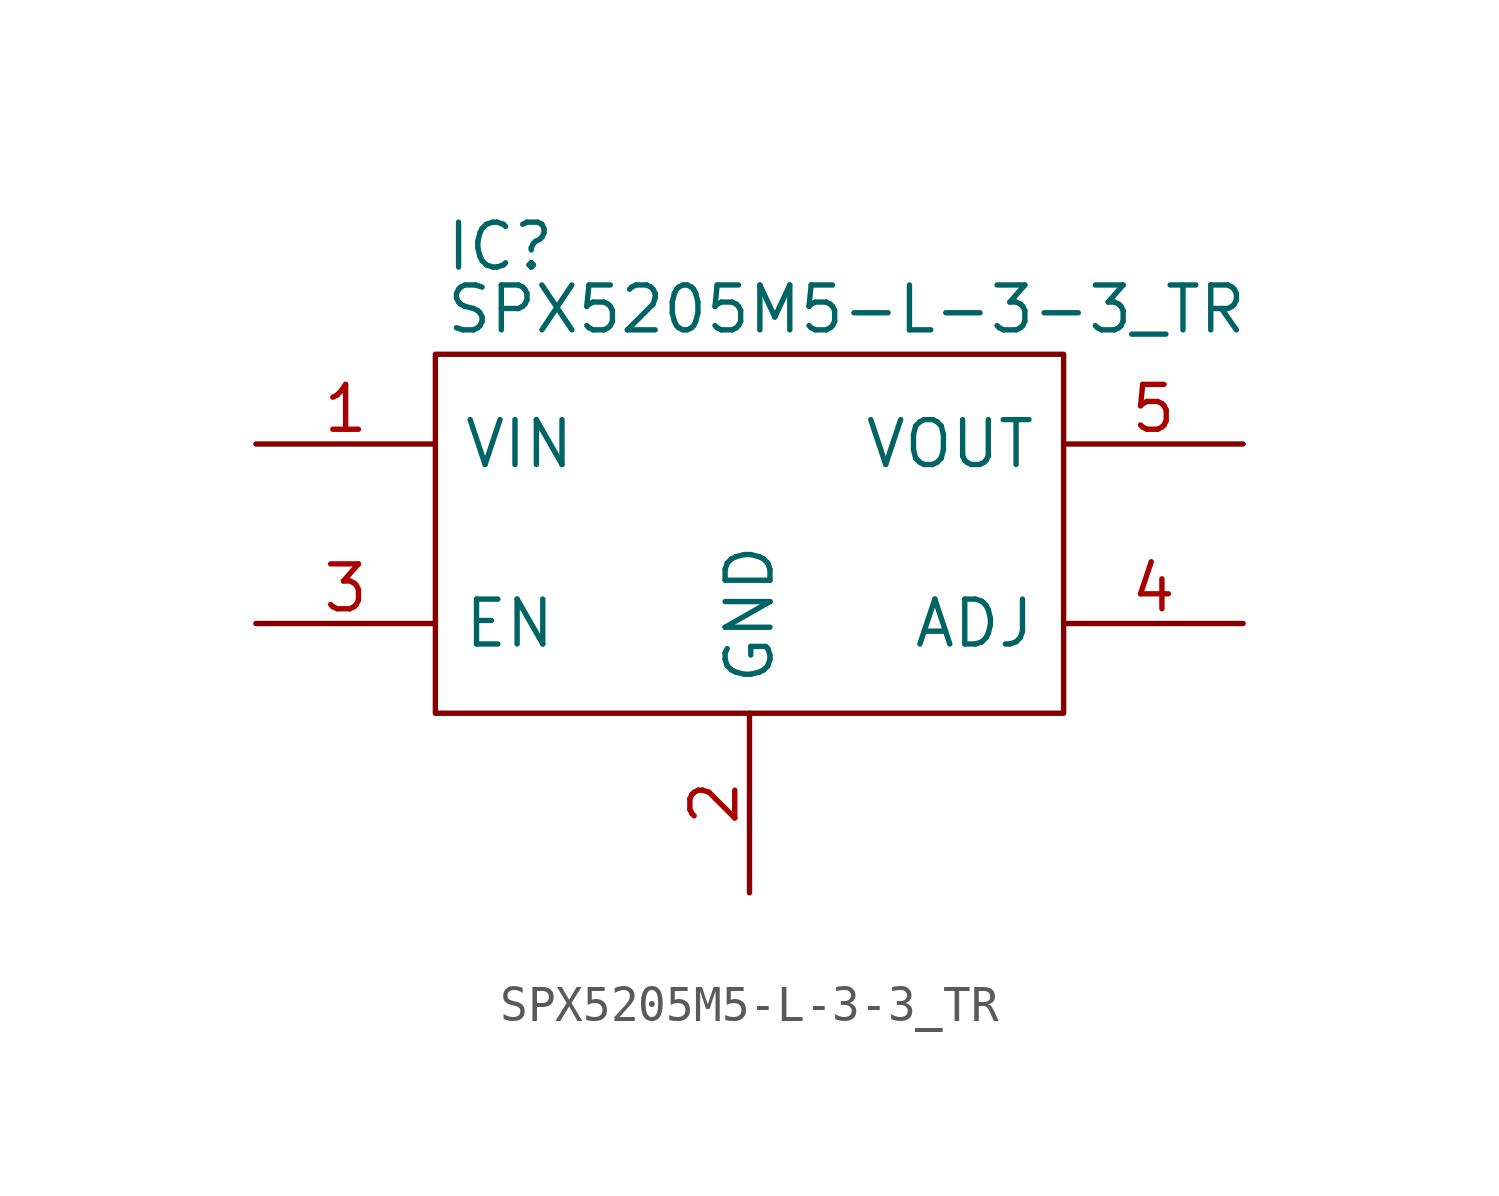
<source format=kicad_sym>
(kicad_symbol_lib
  (version 20231120)
  (generator "kicad_symbol_editor")
  (generator_version "8.0")
  (symbol "SPX5205M5-L-3-3_TR"
    (pin_names
      (offset 0.762))
    (property "Reference" "IC"
      (at 5.334 5.588 0)
      (effects (font (size 1.27 1.27)) (justify left)))
    (property "Value" "SPX5205M5-L-3-3_TR"
      (at 5.334 3.81 0)
      (effects (font (size 1.27 1.27)) (justify left)))
    (symbol "SPX5205M5-L-3-3_TR_0_0"
      (pin passive line (at 0 0 0) (length 5.08) (name "VIN" (effects (font (size 1.27 1.27)))) (number "1" (effects (font (size 1.27 1.27)))))
      (pin passive line (at 0 -5.08 0) (length 5.08) (name "EN" (effects (font (size 1.27 1.27)))) (number "3" (effects (font (size 1.27 1.27)))))
      (pin passive line (at 27.94 -5.08 180) (length 5.08) (name "ADJ" (effects (font (size 1.27 1.27)))) (number "4" (effects (font (size 1.27 1.27)))))
      (pin passive line (at 27.94 0 180) (length 5.08) (name "VOUT" (effects (font (size 1.27 1.27)))) (number "5" (effects (font (size 1.27 1.27))))))
    (symbol "SPX5205M5-L-3-3_TR_0_1"
      (polyline (pts (xy 5.08 2.54) (xy 22.86 2.54) (xy 22.86 -7.62) (xy 5.08 -7.62) (xy 5.08 2.54)) (stroke (width 0.152) (type solid)) (fill (type none))))
    (symbol "SPX5205M5-L-3-3_TR_1_0"
      (pin passive line (at 13.97 -12.7 90) (length 5.08) (name "GND" (effects (font (size 1.27 1.27)))) (number "2" (effects (font (size 1.27 1.27))))))))
</source>
